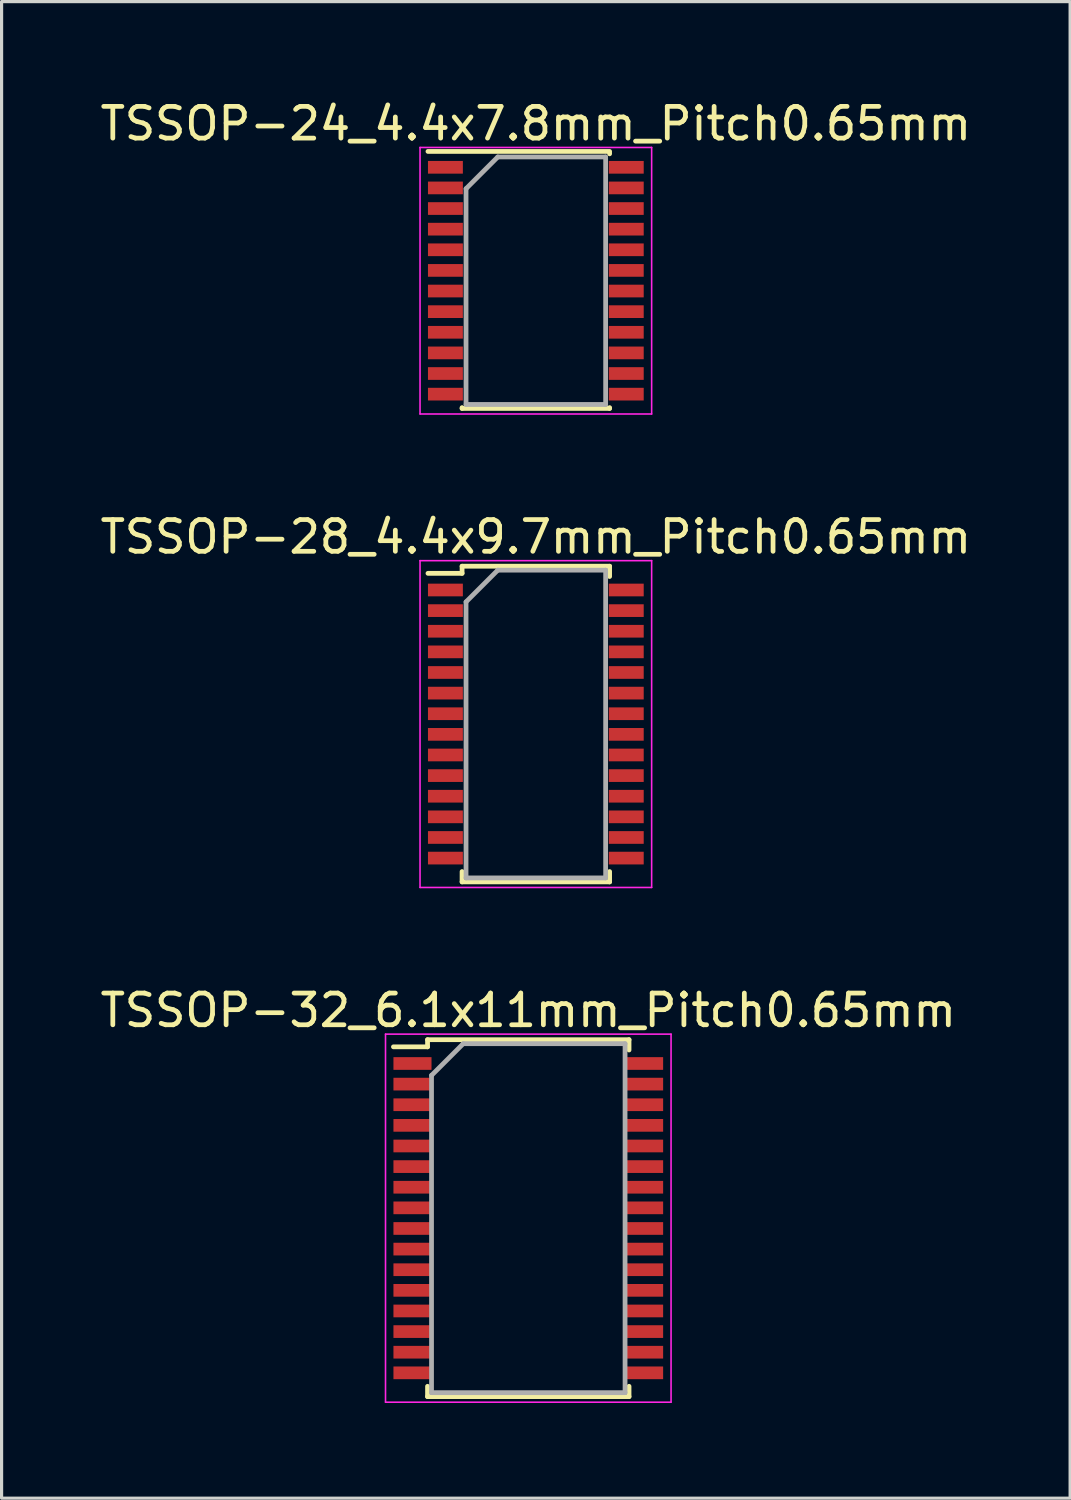
<source format=kicad_pcb>
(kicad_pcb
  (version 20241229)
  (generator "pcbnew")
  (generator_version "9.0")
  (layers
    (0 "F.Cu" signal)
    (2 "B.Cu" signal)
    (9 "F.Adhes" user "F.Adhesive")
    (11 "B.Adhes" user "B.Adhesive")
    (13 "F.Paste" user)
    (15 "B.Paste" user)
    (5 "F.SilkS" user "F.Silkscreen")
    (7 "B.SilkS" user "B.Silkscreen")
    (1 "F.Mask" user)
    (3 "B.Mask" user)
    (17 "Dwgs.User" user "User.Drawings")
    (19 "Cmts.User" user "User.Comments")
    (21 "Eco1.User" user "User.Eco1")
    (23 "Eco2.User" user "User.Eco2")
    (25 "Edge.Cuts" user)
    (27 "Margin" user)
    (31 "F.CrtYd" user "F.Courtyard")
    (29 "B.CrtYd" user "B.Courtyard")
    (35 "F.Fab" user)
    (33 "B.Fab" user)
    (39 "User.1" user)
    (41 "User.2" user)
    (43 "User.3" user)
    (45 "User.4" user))
  (footprint "TSSOP-24_4.4x7.8mm_Pitch0.65mm"
    (layer "F.Cu")
    (at 13.839 5.798)
    (property "Reference" "TSSOP-24_4.4x7.8mm_Pitch0.65mm" (at 0 -4.95 0) (layer "F.SilkS") (effects (font (size 1 1) (thickness 0.15))))
    (attr smd)
    (fp_line (start -3.4 -4.075) (end 2.325 -4.075) (stroke (width 0.15) (type solid)) (layer "F.SilkS"))
    (fp_line (start -2.325 4.025) (end -2.325 4) (stroke (width 0.15) (type solid)) (layer "F.SilkS"))
    (fp_line (start -2.325 4.025) (end 2.325 4.025) (stroke (width 0.15) (type solid)) (layer "F.SilkS"))
    (fp_line (start 2.325 -4.025) (end 2.325 -4) (stroke (width 0.15) (type solid)) (layer "F.SilkS"))
    (fp_line (start 2.325 4.025) (end 2.325 4) (stroke (width 0.15) (type solid)) (layer "F.SilkS"))
    (fp_line (start -3.65 -4.2) (end -3.65 4.2) (stroke (width 0.05) (type solid)) (layer "F.CrtYd"))
    (fp_line (start -3.65 -4.2) (end 3.65 -4.2) (stroke (width 0.05) (type solid)) (layer "F.CrtYd"))
    (fp_line (start -3.65 4.2) (end 3.65 4.2) (stroke (width 0.05) (type solid)) (layer "F.CrtYd"))
    (fp_line (start 3.65 -4.2) (end 3.65 4.2) (stroke (width 0.05) (type solid)) (layer "F.CrtYd"))
    (fp_line (start -2.2 -2.9) (end -1.2 -3.9) (stroke (width 0.15) (type solid)) (layer "F.Fab"))
    (fp_line (start -2.2 3.9) (end -2.2 -2.9) (stroke (width 0.15) (type solid)) (layer "F.Fab"))
    (fp_line (start -1.2 -3.9) (end 2.2 -3.9) (stroke (width 0.15) (type solid)) (layer "F.Fab"))
    (fp_line (start 2.2 -3.9) (end 2.2 3.9) (stroke (width 0.15) (type solid)) (layer "F.Fab"))
    (fp_line (start 2.2 3.9) (end -2.2 3.9) (stroke (width 0.15) (type solid)) (layer "F.Fab"))
    (pad "1" smd rect (at -2.85 -3.575) (size 1.1 0.4) (layers "F.Cu" "F.Mask" "F.Paste"))
    (pad "2" smd rect (at -2.85 -2.925) (size 1.1 0.4) (layers "F.Cu" "F.Mask" "F.Paste"))
    (pad "3" smd rect (at -2.85 -2.275) (size 1.1 0.4) (layers "F.Cu" "F.Mask" "F.Paste"))
    (pad "4" smd rect (at -2.85 -1.625) (size 1.1 0.4) (layers "F.Cu" "F.Mask" "F.Paste"))
    (pad "5" smd rect (at -2.85 -0.975) (size 1.1 0.4) (layers "F.Cu" "F.Mask" "F.Paste"))
    (pad "6" smd rect (at -2.85 -0.325) (size 1.1 0.4) (layers "F.Cu" "F.Mask" "F.Paste"))
    (pad "7" smd rect (at -2.85 0.325) (size 1.1 0.4) (layers "F.Cu" "F.Mask" "F.Paste"))
    (pad "8" smd rect (at -2.85 0.975) (size 1.1 0.4) (layers "F.Cu" "F.Mask" "F.Paste"))
    (pad "9" smd rect (at -2.85 1.625) (size 1.1 0.4) (layers "F.Cu" "F.Mask" "F.Paste"))
    (pad "10" smd rect (at -2.85 2.275) (size 1.1 0.4) (layers "F.Cu" "F.Mask" "F.Paste"))
    (pad "11" smd rect (at -2.85 2.925) (size 1.1 0.4) (layers "F.Cu" "F.Mask" "F.Paste"))
    (pad "12" smd rect (at -2.85 3.575) (size 1.1 0.4) (layers "F.Cu" "F.Mask" "F.Paste"))
    (pad "13" smd rect (at 2.85 3.575) (size 1.1 0.4) (layers "F.Cu" "F.Mask" "F.Paste"))
    (pad "14" smd rect (at 2.85 2.925) (size 1.1 0.4) (layers "F.Cu" "F.Mask" "F.Paste"))
    (pad "15" smd rect (at 2.85 2.275) (size 1.1 0.4) (layers "F.Cu" "F.Mask" "F.Paste"))
    (pad "16" smd rect (at 2.85 1.625) (size 1.1 0.4) (layers "F.Cu" "F.Mask" "F.Paste"))
    (pad "17" smd rect (at 2.85 0.975) (size 1.1 0.4) (layers "F.Cu" "F.Mask" "F.Paste"))
    (pad "18" smd rect (at 2.85 0.325) (size 1.1 0.4) (layers "F.Cu" "F.Mask" "F.Paste"))
    (pad "19" smd rect (at 2.85 -0.325) (size 1.1 0.4) (layers "F.Cu" "F.Mask" "F.Paste"))
    (pad "20" smd rect (at 2.85 -0.975) (size 1.1 0.4) (layers "F.Cu" "F.Mask" "F.Paste"))
    (pad "21" smd rect (at 2.85 -1.625) (size 1.1 0.4) (layers "F.Cu" "F.Mask" "F.Paste"))
    (pad "22" smd rect (at 2.85 -2.275) (size 1.1 0.4) (layers "F.Cu" "F.Mask" "F.Paste"))
    (pad "23" smd rect (at 2.85 -2.925) (size 1.1 0.4) (layers "F.Cu" "F.Mask" "F.Paste"))
    (pad "24" smd rect (at 2.85 -3.575) (size 1.1 0.4) (layers "F.Cu" "F.Mask" "F.Paste")))
  (footprint "TSSOP-32_6.1x11mm_Pitch0.65mm"
    (layer "F.Cu")
    (at 13.601 35.345)
    (property "Reference" "TSSOP-32_6.1x11mm_Pitch0.65mm" (at 0 -6.55 0) (layer "F.SilkS") (effects (font (size 1 1) (thickness 0.15))))
    (attr smd)
    (fp_line (start -3.175 -5.625) (end -3.175 -5.4) (stroke (width 0.15) (type solid)) (layer "F.SilkS"))
    (fp_line (start -3.175 -5.625) (end 3.175 -5.625) (stroke (width 0.15) (type solid)) (layer "F.SilkS"))
    (fp_line (start -3.175 -5.4) (end -4.25 -5.4) (stroke (width 0.15) (type solid)) (layer "F.SilkS"))
    (fp_line (start -3.175 5.625) (end -3.175 5.3) (stroke (width 0.15) (type solid)) (layer "F.SilkS"))
    (fp_line (start -3.175 5.625) (end 3.175 5.625) (stroke (width 0.15) (type solid)) (layer "F.SilkS"))
    (fp_line (start 3.175 -5.625) (end 3.175 -5.3) (stroke (width 0.15) (type solid)) (layer "F.SilkS"))
    (fp_line (start 3.175 5.625) (end 3.175 5.3) (stroke (width 0.15) (type solid)) (layer "F.SilkS"))
    (fp_line (start -4.5 -5.8) (end -4.5 5.8) (stroke (width 0.05) (type solid)) (layer "F.CrtYd"))
    (fp_line (start -4.5 -5.8) (end 4.5 -5.8) (stroke (width 0.05) (type solid)) (layer "F.CrtYd"))
    (fp_line (start -4.5 5.8) (end 4.5 5.8) (stroke (width 0.05) (type solid)) (layer "F.CrtYd"))
    (fp_line (start 4.5 -5.8) (end 4.5 5.8) (stroke (width 0.05) (type solid)) (layer "F.CrtYd"))
    (fp_line (start -3.05 -4.5) (end -2.05 -5.5) (stroke (width 0.15) (type solid)) (layer "F.Fab"))
    (fp_line (start -3.05 5.5) (end -3.05 -4.5) (stroke (width 0.15) (type solid)) (layer "F.Fab"))
    (fp_line (start -2.05 -5.5) (end 3.05 -5.5) (stroke (width 0.15) (type solid)) (layer "F.Fab"))
    (fp_line (start 3.05 -5.5) (end 3.05 5.5) (stroke (width 0.15) (type solid)) (layer "F.Fab"))
    (fp_line (start 3.05 5.5) (end -3.05 5.5) (stroke (width 0.15) (type solid)) (layer "F.Fab"))
    (pad "1" smd rect (at -3.65 -4.875) (size 1.2 0.4) (layers "F.Cu" "F.Mask" "F.Paste"))
    (pad "2" smd rect (at -3.65 -4.225) (size 1.2 0.4) (layers "F.Cu" "F.Mask" "F.Paste"))
    (pad "3" smd rect (at -3.65 -3.575) (size 1.2 0.4) (layers "F.Cu" "F.Mask" "F.Paste"))
    (pad "4" smd rect (at -3.65 -2.925) (size 1.2 0.4) (layers "F.Cu" "F.Mask" "F.Paste"))
    (pad "5" smd rect (at -3.65 -2.275) (size 1.2 0.4) (layers "F.Cu" "F.Mask" "F.Paste"))
    (pad "6" smd rect (at -3.65 -1.625) (size 1.2 0.4) (layers "F.Cu" "F.Mask" "F.Paste"))
    (pad "7" smd rect (at -3.65 -0.975) (size 1.2 0.4) (layers "F.Cu" "F.Mask" "F.Paste"))
    (pad "8" smd rect (at -3.65 -0.325) (size 1.2 0.4) (layers "F.Cu" "F.Mask" "F.Paste"))
    (pad "9" smd rect (at -3.65 0.325) (size 1.2 0.4) (layers "F.Cu" "F.Mask" "F.Paste"))
    (pad "10" smd rect (at -3.65 0.975) (size 1.2 0.4) (layers "F.Cu" "F.Mask" "F.Paste"))
    (pad "11" smd rect (at -3.65 1.625) (size 1.2 0.4) (layers "F.Cu" "F.Mask" "F.Paste"))
    (pad "12" smd rect (at -3.65 2.275) (size 1.2 0.4) (layers "F.Cu" "F.Mask" "F.Paste"))
    (pad "13" smd rect (at -3.65 2.925) (size 1.2 0.4) (layers "F.Cu" "F.Mask" "F.Paste"))
    (pad "14" smd rect (at -3.65 3.575) (size 1.2 0.4) (layers "F.Cu" "F.Mask" "F.Paste"))
    (pad "15" smd rect (at -3.65 4.225) (size 1.2 0.4) (layers "F.Cu" "F.Mask" "F.Paste"))
    (pad "16" smd rect (at -3.65 4.875) (size 1.2 0.4) (layers "F.Cu" "F.Mask" "F.Paste"))
    (pad "17" smd rect (at 3.65 4.875) (size 1.2 0.4) (layers "F.Cu" "F.Mask" "F.Paste"))
    (pad "18" smd rect (at 3.65 4.225) (size 1.2 0.4) (layers "F.Cu" "F.Mask" "F.Paste"))
    (pad "19" smd rect (at 3.65 3.575) (size 1.2 0.4) (layers "F.Cu" "F.Mask" "F.Paste"))
    (pad "20" smd rect (at 3.65 2.925) (size 1.2 0.4) (layers "F.Cu" "F.Mask" "F.Paste"))
    (pad "21" smd rect (at 3.65 2.275) (size 1.2 0.4) (layers "F.Cu" "F.Mask" "F.Paste"))
    (pad "22" smd rect (at 3.65 1.625) (size 1.2 0.4) (layers "F.Cu" "F.Mask" "F.Paste"))
    (pad "23" smd rect (at 3.65 0.975) (size 1.2 0.4) (layers "F.Cu" "F.Mask" "F.Paste"))
    (pad "24" smd rect (at 3.65 0.325) (size 1.2 0.4) (layers "F.Cu" "F.Mask" "F.Paste"))
    (pad "25" smd rect (at 3.65 -0.325) (size 1.2 0.4) (layers "F.Cu" "F.Mask" "F.Paste"))
    (pad "26" smd rect (at 3.65 -0.975) (size 1.2 0.4) (layers "F.Cu" "F.Mask" "F.Paste"))
    (pad "27" smd rect (at 3.65 -1.625) (size 1.2 0.4) (layers "F.Cu" "F.Mask" "F.Paste"))
    (pad "28" smd rect (at 3.65 -2.275) (size 1.2 0.4) (layers "F.Cu" "F.Mask" "F.Paste"))
    (pad "29" smd rect (at 3.65 -2.925) (size 1.2 0.4) (layers "F.Cu" "F.Mask" "F.Paste"))
    (pad "30" smd rect (at 3.65 -3.575) (size 1.2 0.4) (layers "F.Cu" "F.Mask" "F.Paste"))
    (pad "31" smd rect (at 3.65 -4.225) (size 1.2 0.4) (layers "F.Cu" "F.Mask" "F.Paste"))
    (pad "32" smd rect (at 3.65 -4.875) (size 1.2 0.4) (layers "F.Cu" "F.Mask" "F.Paste")))
  (footprint "TSSOP-28_4.4x9.7mm_Pitch0.65mm"
    (layer "F.Cu")
    (at 13.839 19.771)
    (property "Reference" "TSSOP-28_4.4x9.7mm_Pitch0.65mm" (at 0 -5.9 0) (layer "F.SilkS") (effects (font (size 1 1) (thickness 0.15))))
    (attr smd)
    (fp_line (start -2.325 -4.975) (end -2.325 -4.75) (stroke (width 0.15) (type solid)) (layer "F.SilkS"))
    (fp_line (start -2.325 -4.975) (end 2.325 -4.975) (stroke (width 0.15) (type solid)) (layer "F.SilkS"))
    (fp_line (start -2.325 -4.75) (end -3.4 -4.75) (stroke (width 0.15) (type solid)) (layer "F.SilkS"))
    (fp_line (start -2.325 4.975) (end -2.325 4.65) (stroke (width 0.15) (type solid)) (layer "F.SilkS"))
    (fp_line (start -2.325 4.975) (end 2.325 4.975) (stroke (width 0.15) (type solid)) (layer "F.SilkS"))
    (fp_line (start 2.325 -4.975) (end 2.325 -4.65) (stroke (width 0.15) (type solid)) (layer "F.SilkS"))
    (fp_line (start 2.325 4.975) (end 2.325 4.65) (stroke (width 0.15) (type solid)) (layer "F.SilkS"))
    (fp_line (start -3.65 -5.15) (end -3.65 5.15) (stroke (width 0.05) (type solid)) (layer "F.CrtYd"))
    (fp_line (start -3.65 -5.15) (end 3.65 -5.15) (stroke (width 0.05) (type solid)) (layer "F.CrtYd"))
    (fp_line (start -3.65 5.15) (end 3.65 5.15) (stroke (width 0.05) (type solid)) (layer "F.CrtYd"))
    (fp_line (start 3.65 -5.15) (end 3.65 5.15) (stroke (width 0.05) (type solid)) (layer "F.CrtYd"))
    (fp_line (start -2.2 -3.85) (end -1.2 -4.85) (stroke (width 0.15) (type solid)) (layer "F.Fab"))
    (fp_line (start -2.2 4.85) (end -2.2 -3.85) (stroke (width 0.15) (type solid)) (layer "F.Fab"))
    (fp_line (start -1.2 -4.85) (end 2.2 -4.85) (stroke (width 0.15) (type solid)) (layer "F.Fab"))
    (fp_line (start 2.2 -4.85) (end 2.2 4.85) (stroke (width 0.15) (type solid)) (layer "F.Fab"))
    (fp_line (start 2.2 4.85) (end -2.2 4.85) (stroke (width 0.15) (type solid)) (layer "F.Fab"))
    (pad "1" smd rect (at -2.85 -4.225) (size 1.1 0.4) (layers "F.Cu" "F.Mask" "F.Paste"))
    (pad "2" smd rect (at -2.85 -3.575) (size 1.1 0.4) (layers "F.Cu" "F.Mask" "F.Paste"))
    (pad "3" smd rect (at -2.85 -2.925) (size 1.1 0.4) (layers "F.Cu" "F.Mask" "F.Paste"))
    (pad "4" smd rect (at -2.85 -2.275) (size 1.1 0.4) (layers "F.Cu" "F.Mask" "F.Paste"))
    (pad "5" smd rect (at -2.85 -1.625) (size 1.1 0.4) (layers "F.Cu" "F.Mask" "F.Paste"))
    (pad "6" smd rect (at -2.85 -0.975) (size 1.1 0.4) (layers "F.Cu" "F.Mask" "F.Paste"))
    (pad "7" smd rect (at -2.85 -0.325) (size 1.1 0.4) (layers "F.Cu" "F.Mask" "F.Paste"))
    (pad "8" smd rect (at -2.85 0.325) (size 1.1 0.4) (layers "F.Cu" "F.Mask" "F.Paste"))
    (pad "9" smd rect (at -2.85 0.975) (size 1.1 0.4) (layers "F.Cu" "F.Mask" "F.Paste"))
    (pad "10" smd rect (at -2.85 1.625) (size 1.1 0.4) (layers "F.Cu" "F.Mask" "F.Paste"))
    (pad "11" smd rect (at -2.85 2.275) (size 1.1 0.4) (layers "F.Cu" "F.Mask" "F.Paste"))
    (pad "12" smd rect (at -2.85 2.925) (size 1.1 0.4) (layers "F.Cu" "F.Mask" "F.Paste"))
    (pad "13" smd rect (at -2.85 3.575) (size 1.1 0.4) (layers "F.Cu" "F.Mask" "F.Paste"))
    (pad "14" smd rect (at -2.85 4.225) (size 1.1 0.4) (layers "F.Cu" "F.Mask" "F.Paste"))
    (pad "15" smd rect (at 2.85 4.225) (size 1.1 0.4) (layers "F.Cu" "F.Mask" "F.Paste"))
    (pad "16" smd rect (at 2.85 3.575) (size 1.1 0.4) (layers "F.Cu" "F.Mask" "F.Paste"))
    (pad "17" smd rect (at 2.85 2.925) (size 1.1 0.4) (layers "F.Cu" "F.Mask" "F.Paste"))
    (pad "18" smd rect (at 2.85 2.275) (size 1.1 0.4) (layers "F.Cu" "F.Mask" "F.Paste"))
    (pad "19" smd rect (at 2.85 1.625) (size 1.1 0.4) (layers "F.Cu" "F.Mask" "F.Paste"))
    (pad "20" smd rect (at 2.85 0.975) (size 1.1 0.4) (layers "F.Cu" "F.Mask" "F.Paste"))
    (pad "21" smd rect (at 2.85 0.325) (size 1.1 0.4) (layers "F.Cu" "F.Mask" "F.Paste"))
    (pad "22" smd rect (at 2.85 -0.325) (size 1.1 0.4) (layers "F.Cu" "F.Mask" "F.Paste"))
    (pad "23" smd rect (at 2.85 -0.975) (size 1.1 0.4) (layers "F.Cu" "F.Mask" "F.Paste"))
    (pad "24" smd rect (at 2.85 -1.625) (size 1.1 0.4) (layers "F.Cu" "F.Mask" "F.Paste"))
    (pad "25" smd rect (at 2.85 -2.275) (size 1.1 0.4) (layers "F.Cu" "F.Mask" "F.Paste"))
    (pad "26" smd rect (at 2.85 -2.925) (size 1.1 0.4) (layers "F.Cu" "F.Mask" "F.Paste"))
    (pad "27" smd rect (at 2.85 -3.575) (size 1.1 0.4) (layers "F.Cu" "F.Mask" "F.Paste"))
    (pad "28" smd rect (at 2.85 -4.225) (size 1.1 0.4) (layers "F.Cu" "F.Mask" "F.Paste")))
  (gr_rect
    (start -3 -3)
    (end 30.679 44.17)
    (stroke (width 0.1) (type default))
    (fill no)
    (layer "Edge.Cuts")))
</source>
